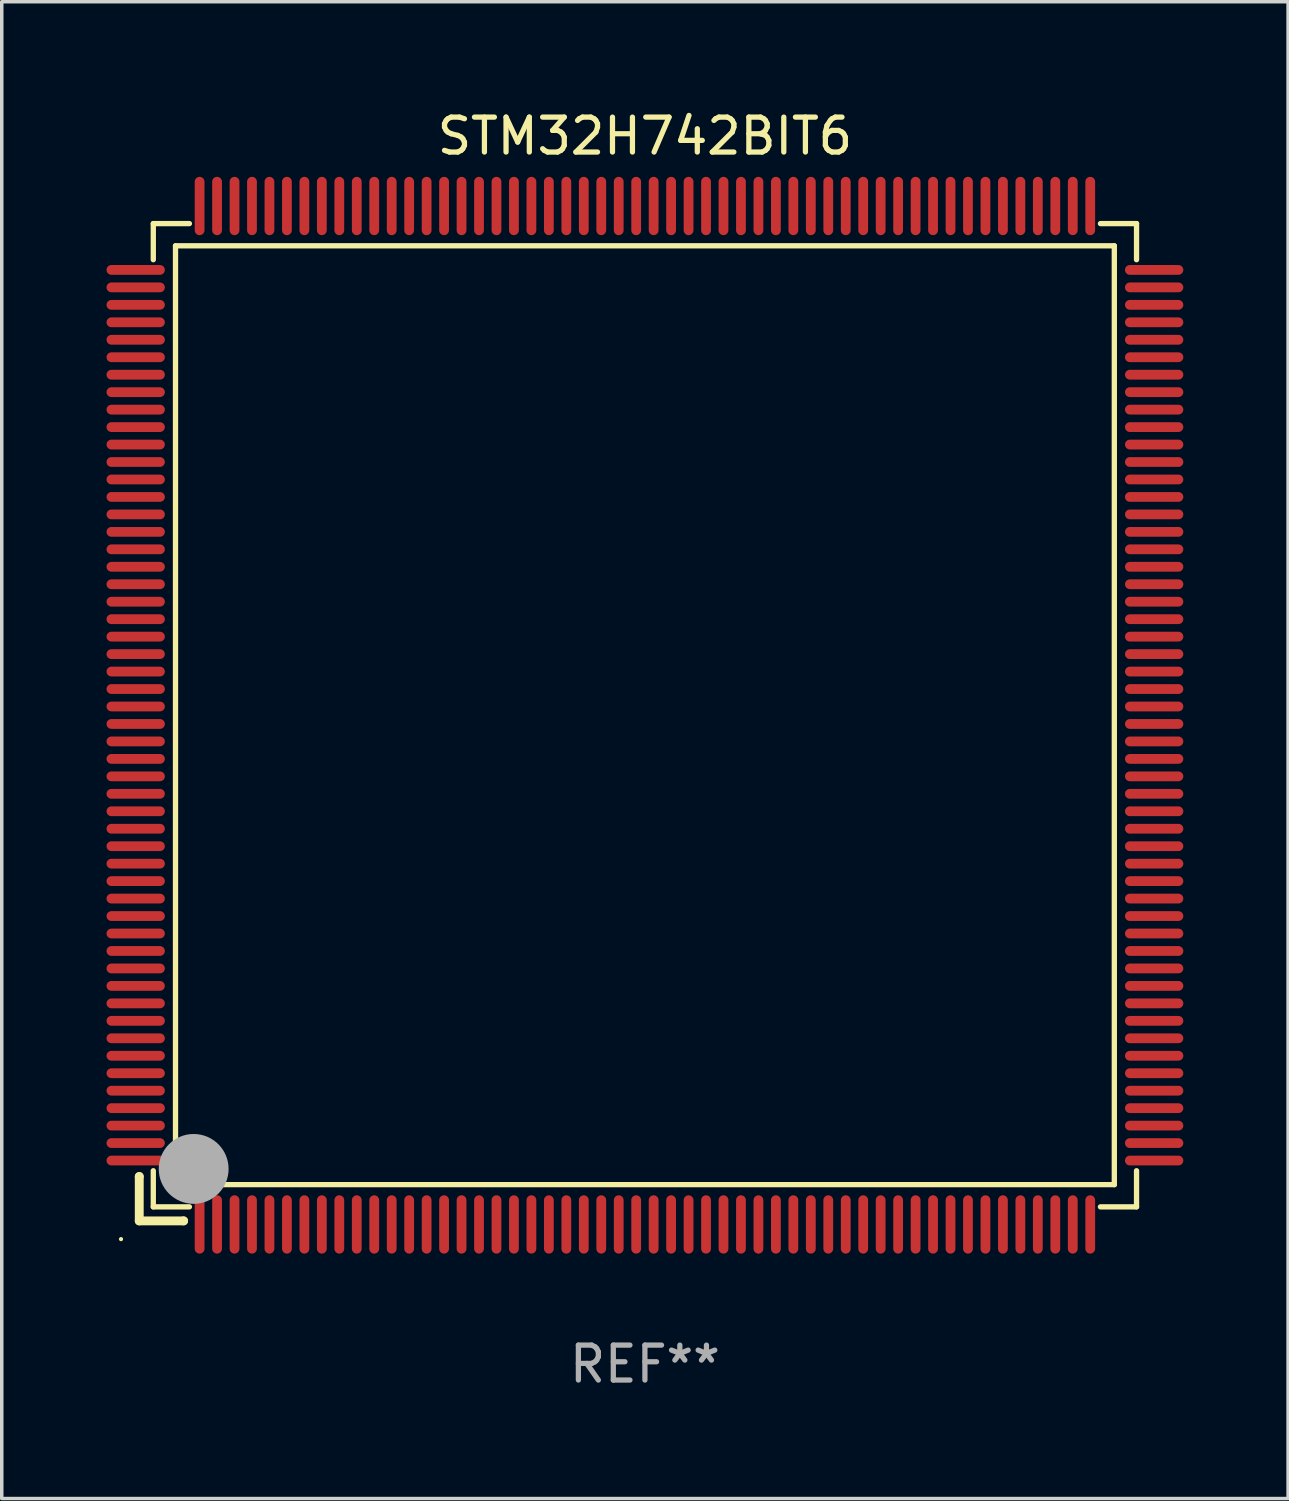
<source format=kicad_pcb>
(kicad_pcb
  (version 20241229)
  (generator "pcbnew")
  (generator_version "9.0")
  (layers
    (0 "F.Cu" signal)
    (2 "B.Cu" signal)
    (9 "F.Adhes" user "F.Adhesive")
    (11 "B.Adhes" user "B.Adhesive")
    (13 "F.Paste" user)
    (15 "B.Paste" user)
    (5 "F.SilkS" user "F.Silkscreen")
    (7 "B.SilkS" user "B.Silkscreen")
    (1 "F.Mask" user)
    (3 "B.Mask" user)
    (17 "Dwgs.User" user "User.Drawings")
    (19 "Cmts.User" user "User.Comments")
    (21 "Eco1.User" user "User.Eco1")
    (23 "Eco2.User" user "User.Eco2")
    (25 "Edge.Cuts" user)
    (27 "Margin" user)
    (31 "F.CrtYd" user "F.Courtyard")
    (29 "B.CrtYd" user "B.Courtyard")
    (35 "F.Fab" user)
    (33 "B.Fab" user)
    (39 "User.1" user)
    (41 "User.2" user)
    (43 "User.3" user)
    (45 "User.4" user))
  (footprint "STM32H742BIT6"
    (layer "F.Cu")
    (at 15.415 17.428)
    (property "Reference" "STM32H742BIT6" (at 0 -16.58 0) (layer "F.SilkS") (effects (font (size 1 1) (thickness 0.15))))
    (attr through_hole)
    (fp_line (start -14.478 13.208) (end -14.478 13.208) (stroke (width 0.254) (type solid)) (layer "F.SilkS"))
    (fp_line (start -14.478 13.208) (end -14.478 14.478) (stroke (width 0.254) (type solid)) (layer "F.SilkS"))
    (fp_line (start -14.478 14.478) (end -13.208 14.478) (stroke (width 0.254) (type solid)) (layer "F.SilkS"))
    (fp_line (start -14.076 -14.076) (end -14.076 -13.042) (stroke (width 0.152) (type solid)) (layer "F.SilkS"))
    (fp_line (start -14.076 14.076) (end -14.076 13.042) (stroke (width 0.152) (type solid)) (layer "F.SilkS"))
    (fp_line (start -13.44 -13.44) (end 13.44 -13.44) (stroke (width 0.152) (type solid)) (layer "F.SilkS"))
    (fp_line (start -13.44 13.44) (end -13.44 -13.44) (stroke (width 0.152) (type solid)) (layer "F.SilkS"))
    (fp_line (start -13.208 14.478) (end -13.208 14.478) (stroke (width 0.254) (type solid)) (layer "F.SilkS"))
    (fp_line (start -13.042 -14.076) (end -14.076 -14.076) (stroke (width 0.152) (type solid)) (layer "F.SilkS"))
    (fp_line (start -13.042 14.076) (end -14.076 14.076) (stroke (width 0.152) (type solid)) (layer "F.SilkS"))
    (fp_line (start 13.042 -14.076) (end 14.076 -14.076) (stroke (width 0.152) (type solid)) (layer "F.SilkS"))
    (fp_line (start 13.042 14.076) (end 14.076 14.076) (stroke (width 0.152) (type solid)) (layer "F.SilkS"))
    (fp_line (start 13.44 -13.44) (end 13.44 13.44) (stroke (width 0.152) (type solid)) (layer "F.SilkS"))
    (fp_line (start 13.44 13.44) (end -13.44 13.44) (stroke (width 0.152) (type solid)) (layer "F.SilkS"))
    (fp_line (start 14.076 -14.076) (end 14.076 -13.042) (stroke (width 0.152) (type solid)) (layer "F.SilkS"))
    (fp_line (start 14.076 14.076) (end 14.076 13.042) (stroke (width 0.152) (type solid)) (layer "F.SilkS"))
    (fp_circle (center -15 15) (end -14.97 15) (stroke (width 0.06) (type solid)) (fill no) (layer "F.SilkS"))
    (fp_circle (center -13.138 13.138) (end -13.063 13.138) (stroke (width 0.15) (type solid)) (fill no) (layer "F.SilkS"))
    (fp_circle (center -12.92 12.99) (end -12.42 12.99) (stroke (width 1) (type solid)) (fill no) (layer "F.Fab"))
    (fp_text user "REF**" (at 0 18.58 0) (layer "F.Fab") (effects (font (size 1 1) (thickness 0.15))))
    (pad "1" smd oval (at -12.75 14.58) (size 0.28 1.67) (layers "F.Cu" "F.Mask" "F.Paste"))
    (pad "2" smd oval (at -12.25 14.58) (size 0.28 1.67) (layers "F.Cu" "F.Mask" "F.Paste"))
    (pad "3" smd oval (at -11.75 14.58) (size 0.28 1.67) (layers "F.Cu" "F.Mask" "F.Paste"))
    (pad "4" smd oval (at -11.25 14.58) (size 0.28 1.67) (layers "F.Cu" "F.Mask" "F.Paste"))
    (pad "5" smd oval (at -10.75 14.58) (size 0.28 1.67) (layers "F.Cu" "F.Mask" "F.Paste"))
    (pad "6" smd oval (at -10.25 14.58) (size 0.28 1.67) (layers "F.Cu" "F.Mask" "F.Paste"))
    (pad "7" smd oval (at -9.75 14.58) (size 0.28 1.67) (layers "F.Cu" "F.Mask" "F.Paste"))
    (pad "8" smd oval (at -9.25 14.58) (size 0.28 1.67) (layers "F.Cu" "F.Mask" "F.Paste"))
    (pad "9" smd oval (at -8.75 14.58) (size 0.28 1.67) (layers "F.Cu" "F.Mask" "F.Paste"))
    (pad "10" smd oval (at -8.25 14.58) (size 0.28 1.67) (layers "F.Cu" "F.Mask" "F.Paste"))
    (pad "11" smd oval (at -7.75 14.58) (size 0.28 1.67) (layers "F.Cu" "F.Mask" "F.Paste"))
    (pad "12" smd oval (at -7.25 14.58) (size 0.28 1.67) (layers "F.Cu" "F.Mask" "F.Paste"))
    (pad "13" smd oval (at -6.75 14.58) (size 0.28 1.67) (layers "F.Cu" "F.Mask" "F.Paste"))
    (pad "14" smd oval (at -6.25 14.58) (size 0.28 1.67) (layers "F.Cu" "F.Mask" "F.Paste"))
    (pad "15" smd oval (at -5.75 14.58) (size 0.28 1.67) (layers "F.Cu" "F.Mask" "F.Paste"))
    (pad "16" smd oval (at -5.25 14.58) (size 0.28 1.67) (layers "F.Cu" "F.Mask" "F.Paste"))
    (pad "17" smd oval (at -4.75 14.58) (size 0.28 1.67) (layers "F.Cu" "F.Mask" "F.Paste"))
    (pad "18" smd oval (at -4.25 14.58) (size 0.28 1.67) (layers "F.Cu" "F.Mask" "F.Paste"))
    (pad "19" smd oval (at -3.75 14.58) (size 0.28 1.67) (layers "F.Cu" "F.Mask" "F.Paste"))
    (pad "20" smd oval (at -3.25 14.58) (size 0.28 1.67) (layers "F.Cu" "F.Mask" "F.Paste"))
    (pad "21" smd oval (at -2.75 14.58) (size 0.28 1.67) (layers "F.Cu" "F.Mask" "F.Paste"))
    (pad "22" smd oval (at -2.25 14.58) (size 0.28 1.67) (layers "F.Cu" "F.Mask" "F.Paste"))
    (pad "23" smd oval (at -1.75 14.58) (size 0.28 1.67) (layers "F.Cu" "F.Mask" "F.Paste"))
    (pad "24" smd oval (at -1.25 14.58) (size 0.28 1.67) (layers "F.Cu" "F.Mask" "F.Paste"))
    (pad "25" smd oval (at -0.75 14.58) (size 0.28 1.67) (layers "F.Cu" "F.Mask" "F.Paste"))
    (pad "26" smd oval (at -0.25 14.58) (size 0.28 1.67) (layers "F.Cu" "F.Mask" "F.Paste"))
    (pad "27" smd oval (at 0.25 14.58) (size 0.28 1.67) (layers "F.Cu" "F.Mask" "F.Paste"))
    (pad "28" smd oval (at 0.75 14.58) (size 0.28 1.67) (layers "F.Cu" "F.Mask" "F.Paste"))
    (pad "29" smd oval (at 1.25 14.58) (size 0.28 1.67) (layers "F.Cu" "F.Mask" "F.Paste"))
    (pad "30" smd oval (at 1.75 14.58) (size 0.28 1.67) (layers "F.Cu" "F.Mask" "F.Paste"))
    (pad "31" smd oval (at 2.25 14.58) (size 0.28 1.67) (layers "F.Cu" "F.Mask" "F.Paste"))
    (pad "32" smd oval (at 2.75 14.58) (size 0.28 1.67) (layers "F.Cu" "F.Mask" "F.Paste"))
    (pad "33" smd oval (at 3.25 14.58) (size 0.28 1.67) (layers "F.Cu" "F.Mask" "F.Paste"))
    (pad "34" smd oval (at 3.75 14.58) (size 0.28 1.67) (layers "F.Cu" "F.Mask" "F.Paste"))
    (pad "35" smd oval (at 4.25 14.58) (size 0.28 1.67) (layers "F.Cu" "F.Mask" "F.Paste"))
    (pad "36" smd oval (at 4.75 14.58) (size 0.28 1.67) (layers "F.Cu" "F.Mask" "F.Paste"))
    (pad "37" smd oval (at 5.25 14.58) (size 0.28 1.67) (layers "F.Cu" "F.Mask" "F.Paste"))
    (pad "38" smd oval (at 5.75 14.58) (size 0.28 1.67) (layers "F.Cu" "F.Mask" "F.Paste"))
    (pad "39" smd oval (at 6.25 14.58) (size 0.28 1.67) (layers "F.Cu" "F.Mask" "F.Paste"))
    (pad "40" smd oval (at 6.75 14.58) (size 0.28 1.67) (layers "F.Cu" "F.Mask" "F.Paste"))
    (pad "41" smd oval (at 7.25 14.58) (size 0.28 1.67) (layers "F.Cu" "F.Mask" "F.Paste"))
    (pad "42" smd oval (at 7.75 14.58) (size 0.28 1.67) (layers "F.Cu" "F.Mask" "F.Paste"))
    (pad "43" smd oval (at 8.25 14.58) (size 0.28 1.67) (layers "F.Cu" "F.Mask" "F.Paste"))
    (pad "44" smd oval (at 8.75 14.58) (size 0.28 1.67) (layers "F.Cu" "F.Mask" "F.Paste"))
    (pad "45" smd oval (at 9.25 14.58) (size 0.28 1.67) (layers "F.Cu" "F.Mask" "F.Paste"))
    (pad "46" smd oval (at 9.75 14.58) (size 0.28 1.67) (layers "F.Cu" "F.Mask" "F.Paste"))
    (pad "47" smd oval (at 10.25 14.58) (size 0.28 1.67) (layers "F.Cu" "F.Mask" "F.Paste"))
    (pad "48" smd oval (at 10.75 14.58) (size 0.28 1.67) (layers "F.Cu" "F.Mask" "F.Paste"))
    (pad "49" smd oval (at 11.25 14.58) (size 0.28 1.67) (layers "F.Cu" "F.Mask" "F.Paste"))
    (pad "50" smd oval (at 11.75 14.58) (size 0.28 1.67) (layers "F.Cu" "F.Mask" "F.Paste"))
    (pad "51" smd oval (at 12.25 14.58) (size 0.28 1.67) (layers "F.Cu" "F.Mask" "F.Paste"))
    (pad "52" smd oval (at 12.75 14.58) (size 0.28 1.67) (layers "F.Cu" "F.Mask" "F.Paste"))
    (pad "53" smd oval (at 14.58 12.75) (size 1.67 0.28) (layers "F.Cu" "F.Mask" "F.Paste"))
    (pad "54" smd oval (at 14.58 12.25) (size 1.67 0.28) (layers "F.Cu" "F.Mask" "F.Paste"))
    (pad "55" smd oval (at 14.58 11.75) (size 1.67 0.28) (layers "F.Cu" "F.Mask" "F.Paste"))
    (pad "56" smd oval (at 14.58 11.25) (size 1.67 0.28) (layers "F.Cu" "F.Mask" "F.Paste"))
    (pad "57" smd oval (at 14.58 10.75) (size 1.67 0.28) (layers "F.Cu" "F.Mask" "F.Paste"))
    (pad "58" smd oval (at 14.58 10.25) (size 1.67 0.28) (layers "F.Cu" "F.Mask" "F.Paste"))
    (pad "59" smd oval (at 14.58 9.75) (size 1.67 0.28) (layers "F.Cu" "F.Mask" "F.Paste"))
    (pad "60" smd oval (at 14.58 9.25) (size 1.67 0.28) (layers "F.Cu" "F.Mask" "F.Paste"))
    (pad "61" smd oval (at 14.58 8.75) (size 1.67 0.28) (layers "F.Cu" "F.Mask" "F.Paste"))
    (pad "62" smd oval (at 14.58 8.25) (size 1.67 0.28) (layers "F.Cu" "F.Mask" "F.Paste"))
    (pad "63" smd oval (at 14.58 7.75) (size 1.67 0.28) (layers "F.Cu" "F.Mask" "F.Paste"))
    (pad "64" smd oval (at 14.58 7.25) (size 1.67 0.28) (layers "F.Cu" "F.Mask" "F.Paste"))
    (pad "65" smd oval (at 14.58 6.75) (size 1.67 0.28) (layers "F.Cu" "F.Mask" "F.Paste"))
    (pad "66" smd oval (at 14.58 6.25) (size 1.67 0.28) (layers "F.Cu" "F.Mask" "F.Paste"))
    (pad "67" smd oval (at 14.58 5.75) (size 1.67 0.28) (layers "F.Cu" "F.Mask" "F.Paste"))
    (pad "68" smd oval (at 14.58 5.25) (size 1.67 0.28) (layers "F.Cu" "F.Mask" "F.Paste"))
    (pad "69" smd oval (at 14.58 4.75) (size 1.67 0.28) (layers "F.Cu" "F.Mask" "F.Paste"))
    (pad "70" smd oval (at 14.58 4.25) (size 1.67 0.28) (layers "F.Cu" "F.Mask" "F.Paste"))
    (pad "71" smd oval (at 14.58 3.75) (size 1.67 0.28) (layers "F.Cu" "F.Mask" "F.Paste"))
    (pad "72" smd oval (at 14.58 3.25) (size 1.67 0.28) (layers "F.Cu" "F.Mask" "F.Paste"))
    (pad "73" smd oval (at 14.58 2.75) (size 1.67 0.28) (layers "F.Cu" "F.Mask" "F.Paste"))
    (pad "74" smd oval (at 14.58 2.25) (size 1.67 0.28) (layers "F.Cu" "F.Mask" "F.Paste"))
    (pad "75" smd oval (at 14.58 1.75) (size 1.67 0.28) (layers "F.Cu" "F.Mask" "F.Paste"))
    (pad "76" smd oval (at 14.58 1.25) (size 1.67 0.28) (layers "F.Cu" "F.Mask" "F.Paste"))
    (pad "77" smd oval (at 14.58 0.75) (size 1.67 0.28) (layers "F.Cu" "F.Mask" "F.Paste"))
    (pad "78" smd oval (at 14.58 0.25) (size 1.67 0.28) (layers "F.Cu" "F.Mask" "F.Paste"))
    (pad "79" smd oval (at 14.58 -0.25) (size 1.67 0.28) (layers "F.Cu" "F.Mask" "F.Paste"))
    (pad "80" smd oval (at 14.58 -0.75) (size 1.67 0.28) (layers "F.Cu" "F.Mask" "F.Paste"))
    (pad "81" smd oval (at 14.58 -1.25) (size 1.67 0.28) (layers "F.Cu" "F.Mask" "F.Paste"))
    (pad "82" smd oval (at 14.58 -1.75) (size 1.67 0.28) (layers "F.Cu" "F.Mask" "F.Paste"))
    (pad "83" smd oval (at 14.58 -2.25) (size 1.67 0.28) (layers "F.Cu" "F.Mask" "F.Paste"))
    (pad "84" smd oval (at 14.58 -2.75) (size 1.67 0.28) (layers "F.Cu" "F.Mask" "F.Paste"))
    (pad "85" smd oval (at 14.58 -3.25) (size 1.67 0.28) (layers "F.Cu" "F.Mask" "F.Paste"))
    (pad "86" smd oval (at 14.58 -3.75) (size 1.67 0.28) (layers "F.Cu" "F.Mask" "F.Paste"))
    (pad "87" smd oval (at 14.58 -4.25) (size 1.67 0.28) (layers "F.Cu" "F.Mask" "F.Paste"))
    (pad "88" smd oval (at 14.58 -4.75) (size 1.67 0.28) (layers "F.Cu" "F.Mask" "F.Paste"))
    (pad "89" smd oval (at 14.58 -5.25) (size 1.67 0.28) (layers "F.Cu" "F.Mask" "F.Paste"))
    (pad "90" smd oval (at 14.58 -5.75) (size 1.67 0.28) (layers "F.Cu" "F.Mask" "F.Paste"))
    (pad "91" smd oval (at 14.58 -6.25) (size 1.67 0.28) (layers "F.Cu" "F.Mask" "F.Paste"))
    (pad "92" smd oval (at 14.58 -6.75) (size 1.67 0.28) (layers "F.Cu" "F.Mask" "F.Paste"))
    (pad "93" smd oval (at 14.58 -7.25) (size 1.67 0.28) (layers "F.Cu" "F.Mask" "F.Paste"))
    (pad "94" smd oval (at 14.58 -7.75) (size 1.67 0.28) (layers "F.Cu" "F.Mask" "F.Paste"))
    (pad "95" smd oval (at 14.58 -8.25) (size 1.67 0.28) (layers "F.Cu" "F.Mask" "F.Paste"))
    (pad "96" smd oval (at 14.58 -8.75) (size 1.67 0.28) (layers "F.Cu" "F.Mask" "F.Paste"))
    (pad "97" smd oval (at 14.58 -9.25) (size 1.67 0.28) (layers "F.Cu" "F.Mask" "F.Paste"))
    (pad "98" smd oval (at 14.58 -9.75) (size 1.67 0.28) (layers "F.Cu" "F.Mask" "F.Paste"))
    (pad "99" smd oval (at 14.58 -10.25) (size 1.67 0.28) (layers "F.Cu" "F.Mask" "F.Paste"))
    (pad "100" smd oval (at 14.58 -10.75) (size 1.67 0.28) (layers "F.Cu" "F.Mask" "F.Paste"))
    (pad "101" smd oval (at 14.58 -11.25) (size 1.67 0.28) (layers "F.Cu" "F.Mask" "F.Paste"))
    (pad "102" smd oval (at 14.58 -11.75) (size 1.67 0.28) (layers "F.Cu" "F.Mask" "F.Paste"))
    (pad "103" smd oval (at 14.58 -12.25) (size 1.67 0.28) (layers "F.Cu" "F.Mask" "F.Paste"))
    (pad "104" smd oval (at 14.58 -12.75) (size 1.67 0.28) (layers "F.Cu" "F.Mask" "F.Paste"))
    (pad "105" smd oval (at 12.75 -14.58) (size 0.28 1.67) (layers "F.Cu" "F.Mask" "F.Paste"))
    (pad "106" smd oval (at 12.25 -14.58) (size 0.28 1.67) (layers "F.Cu" "F.Mask" "F.Paste"))
    (pad "107" smd oval (at 11.75 -14.58) (size 0.28 1.67) (layers "F.Cu" "F.Mask" "F.Paste"))
    (pad "108" smd oval (at 11.25 -14.58) (size 0.28 1.67) (layers "F.Cu" "F.Mask" "F.Paste"))
    (pad "109" smd oval (at 10.75 -14.58) (size 0.28 1.67) (layers "F.Cu" "F.Mask" "F.Paste"))
    (pad "110" smd oval (at 10.25 -14.58) (size 0.28 1.67) (layers "F.Cu" "F.Mask" "F.Paste"))
    (pad "111" smd oval (at 9.75 -14.58) (size 0.28 1.67) (layers "F.Cu" "F.Mask" "F.Paste"))
    (pad "112" smd oval (at 9.25 -14.58) (size 0.28 1.67) (layers "F.Cu" "F.Mask" "F.Paste"))
    (pad "113" smd oval (at 8.75 -14.58) (size 0.28 1.67) (layers "F.Cu" "F.Mask" "F.Paste"))
    (pad "114" smd oval (at 8.25 -14.58) (size 0.28 1.67) (layers "F.Cu" "F.Mask" "F.Paste"))
    (pad "115" smd oval (at 7.75 -14.58) (size 0.28 1.67) (layers "F.Cu" "F.Mask" "F.Paste"))
    (pad "116" smd oval (at 7.25 -14.58) (size 0.28 1.67) (layers "F.Cu" "F.Mask" "F.Paste"))
    (pad "117" smd oval (at 6.75 -14.58) (size 0.28 1.67) (layers "F.Cu" "F.Mask" "F.Paste"))
    (pad "118" smd oval (at 6.25 -14.58) (size 0.28 1.67) (layers "F.Cu" "F.Mask" "F.Paste"))
    (pad "119" smd oval (at 5.75 -14.58) (size 0.28 1.67) (layers "F.Cu" "F.Mask" "F.Paste"))
    (pad "120" smd oval (at 5.25 -14.58) (size 0.28 1.67) (layers "F.Cu" "F.Mask" "F.Paste"))
    (pad "121" smd oval (at 4.75 -14.58) (size 0.28 1.67) (layers "F.Cu" "F.Mask" "F.Paste"))
    (pad "122" smd oval (at 4.25 -14.58) (size 0.28 1.67) (layers "F.Cu" "F.Mask" "F.Paste"))
    (pad "123" smd oval (at 3.75 -14.58) (size 0.28 1.67) (layers "F.Cu" "F.Mask" "F.Paste"))
    (pad "124" smd oval (at 3.25 -14.58) (size 0.28 1.67) (layers "F.Cu" "F.Mask" "F.Paste"))
    (pad "125" smd oval (at 2.75 -14.58) (size 0.28 1.67) (layers "F.Cu" "F.Mask" "F.Paste"))
    (pad "126" smd oval (at 2.25 -14.58) (size 0.28 1.67) (layers "F.Cu" "F.Mask" "F.Paste"))
    (pad "127" smd oval (at 1.75 -14.58) (size 0.28 1.67) (layers "F.Cu" "F.Mask" "F.Paste"))
    (pad "128" smd oval (at 1.25 -14.58) (size 0.28 1.67) (layers "F.Cu" "F.Mask" "F.Paste"))
    (pad "129" smd oval (at 0.75 -14.58) (size 0.28 1.67) (layers "F.Cu" "F.Mask" "F.Paste"))
    (pad "130" smd oval (at 0.25 -14.58) (size 0.28 1.67) (layers "F.Cu" "F.Mask" "F.Paste"))
    (pad "131" smd oval (at -0.25 -14.58) (size 0.28 1.67) (layers "F.Cu" "F.Mask" "F.Paste"))
    (pad "132" smd oval (at -0.75 -14.58) (size 0.28 1.67) (layers "F.Cu" "F.Mask" "F.Paste"))
    (pad "133" smd oval (at -1.25 -14.58) (size 0.28 1.67) (layers "F.Cu" "F.Mask" "F.Paste"))
    (pad "134" smd oval (at -1.75 -14.58) (size 0.28 1.67) (layers "F.Cu" "F.Mask" "F.Paste"))
    (pad "135" smd oval (at -2.25 -14.58) (size 0.28 1.67) (layers "F.Cu" "F.Mask" "F.Paste"))
    (pad "136" smd oval (at -2.75 -14.58) (size 0.28 1.67) (layers "F.Cu" "F.Mask" "F.Paste"))
    (pad "137" smd oval (at -3.25 -14.58) (size 0.28 1.67) (layers "F.Cu" "F.Mask" "F.Paste"))
    (pad "138" smd oval (at -3.75 -14.58) (size 0.28 1.67) (layers "F.Cu" "F.Mask" "F.Paste"))
    (pad "139" smd oval (at -4.25 -14.58) (size 0.28 1.67) (layers "F.Cu" "F.Mask" "F.Paste"))
    (pad "140" smd oval (at -4.75 -14.58) (size 0.28 1.67) (layers "F.Cu" "F.Mask" "F.Paste"))
    (pad "141" smd oval (at -5.25 -14.58) (size 0.28 1.67) (layers "F.Cu" "F.Mask" "F.Paste"))
    (pad "142" smd oval (at -5.75 -14.58) (size 0.28 1.67) (layers "F.Cu" "F.Mask" "F.Paste"))
    (pad "143" smd oval (at -6.25 -14.58) (size 0.28 1.67) (layers "F.Cu" "F.Mask" "F.Paste"))
    (pad "144" smd oval (at -6.75 -14.58) (size 0.28 1.67) (layers "F.Cu" "F.Mask" "F.Paste"))
    (pad "145" smd oval (at -7.25 -14.58) (size 0.28 1.67) (layers "F.Cu" "F.Mask" "F.Paste"))
    (pad "146" smd oval (at -7.75 -14.58) (size 0.28 1.67) (layers "F.Cu" "F.Mask" "F.Paste"))
    (pad "147" smd oval (at -8.25 -14.58) (size 0.28 1.67) (layers "F.Cu" "F.Mask" "F.Paste"))
    (pad "148" smd oval (at -8.75 -14.58) (size 0.28 1.67) (layers "F.Cu" "F.Mask" "F.Paste"))
    (pad "149" smd oval (at -9.25 -14.58) (size 0.28 1.67) (layers "F.Cu" "F.Mask" "F.Paste"))
    (pad "150" smd oval (at -9.75 -14.58) (size 0.28 1.67) (layers "F.Cu" "F.Mask" "F.Paste"))
    (pad "151" smd oval (at -10.25 -14.58) (size 0.28 1.67) (layers "F.Cu" "F.Mask" "F.Paste"))
    (pad "152" smd oval (at -10.75 -14.58) (size 0.28 1.67) (layers "F.Cu" "F.Mask" "F.Paste"))
    (pad "153" smd oval (at -11.25 -14.58) (size 0.28 1.67) (layers "F.Cu" "F.Mask" "F.Paste"))
    (pad "154" smd oval (at -11.75 -14.58) (size 0.28 1.67) (layers "F.Cu" "F.Mask" "F.Paste"))
    (pad "155" smd oval (at -12.25 -14.58) (size 0.28 1.67) (layers "F.Cu" "F.Mask" "F.Paste"))
    (pad "156" smd oval (at -12.75 -14.58) (size 0.28 1.67) (layers "F.Cu" "F.Mask" "F.Paste"))
    (pad "157" smd oval (at -14.58 -12.75) (size 1.67 0.28) (layers "F.Cu" "F.Mask" "F.Paste"))
    (pad "158" smd oval (at -14.58 -12.25) (size 1.67 0.28) (layers "F.Cu" "F.Mask" "F.Paste"))
    (pad "159" smd oval (at -14.58 -11.75) (size 1.67 0.28) (layers "F.Cu" "F.Mask" "F.Paste"))
    (pad "160" smd oval (at -14.58 -11.25) (size 1.67 0.28) (layers "F.Cu" "F.Mask" "F.Paste"))
    (pad "161" smd oval (at -14.58 -10.75) (size 1.67 0.28) (layers "F.Cu" "F.Mask" "F.Paste"))
    (pad "162" smd oval (at -14.58 -10.25) (size 1.67 0.28) (layers "F.Cu" "F.Mask" "F.Paste"))
    (pad "163" smd oval (at -14.58 -9.75) (size 1.67 0.28) (layers "F.Cu" "F.Mask" "F.Paste"))
    (pad "164" smd oval (at -14.58 -9.25) (size 1.67 0.28) (layers "F.Cu" "F.Mask" "F.Paste"))
    (pad "165" smd oval (at -14.58 -8.75) (size 1.67 0.28) (layers "F.Cu" "F.Mask" "F.Paste"))
    (pad "166" smd oval (at -14.58 -8.25) (size 1.67 0.28) (layers "F.Cu" "F.Mask" "F.Paste"))
    (pad "167" smd oval (at -14.58 -7.75) (size 1.67 0.28) (layers "F.Cu" "F.Mask" "F.Paste"))
    (pad "168" smd oval (at -14.58 -7.25) (size 1.67 0.28) (layers "F.Cu" "F.Mask" "F.Paste"))
    (pad "169" smd oval (at -14.58 -6.75) (size 1.67 0.28) (layers "F.Cu" "F.Mask" "F.Paste"))
    (pad "170" smd oval (at -14.58 -6.25) (size 1.67 0.28) (layers "F.Cu" "F.Mask" "F.Paste"))
    (pad "171" smd oval (at -14.58 -5.75) (size 1.67 0.28) (layers "F.Cu" "F.Mask" "F.Paste"))
    (pad "172" smd oval (at -14.58 -5.25) (size 1.67 0.28) (layers "F.Cu" "F.Mask" "F.Paste"))
    (pad "173" smd oval (at -14.58 -4.75) (size 1.67 0.28) (layers "F.Cu" "F.Mask" "F.Paste"))
    (pad "174" smd oval (at -14.58 -4.25) (size 1.67 0.28) (layers "F.Cu" "F.Mask" "F.Paste"))
    (pad "175" smd oval (at -14.58 -3.75) (size 1.67 0.28) (layers "F.Cu" "F.Mask" "F.Paste"))
    (pad "176" smd oval (at -14.58 -3.25) (size 1.67 0.28) (layers "F.Cu" "F.Mask" "F.Paste"))
    (pad "177" smd oval (at -14.58 -2.75) (size 1.67 0.28) (layers "F.Cu" "F.Mask" "F.Paste"))
    (pad "178" smd oval (at -14.58 -2.25) (size 1.67 0.28) (layers "F.Cu" "F.Mask" "F.Paste"))
    (pad "179" smd oval (at -14.58 -1.75) (size 1.67 0.28) (layers "F.Cu" "F.Mask" "F.Paste"))
    (pad "180" smd oval (at -14.58 -1.25) (size 1.67 0.28) (layers "F.Cu" "F.Mask" "F.Paste"))
    (pad "181" smd oval (at -14.58 -0.75) (size 1.67 0.28) (layers "F.Cu" "F.Mask" "F.Paste"))
    (pad "182" smd oval (at -14.58 -0.25) (size 1.67 0.28) (layers "F.Cu" "F.Mask" "F.Paste"))
    (pad "183" smd oval (at -14.58 0.25) (size 1.67 0.28) (layers "F.Cu" "F.Mask" "F.Paste"))
    (pad "184" smd oval (at -14.58 0.75) (size 1.67 0.28) (layers "F.Cu" "F.Mask" "F.Paste"))
    (pad "185" smd oval (at -14.58 1.25) (size 1.67 0.28) (layers "F.Cu" "F.Mask" "F.Paste"))
    (pad "186" smd oval (at -14.58 1.75) (size 1.67 0.28) (layers "F.Cu" "F.Mask" "F.Paste"))
    (pad "187" smd oval (at -14.58 2.25) (size 1.67 0.28) (layers "F.Cu" "F.Mask" "F.Paste"))
    (pad "188" smd oval (at -14.58 2.75) (size 1.67 0.28) (layers "F.Cu" "F.Mask" "F.Paste"))
    (pad "189" smd oval (at -14.58 3.25) (size 1.67 0.28) (layers "F.Cu" "F.Mask" "F.Paste"))
    (pad "190" smd oval (at -14.58 3.75) (size 1.67 0.28) (layers "F.Cu" "F.Mask" "F.Paste"))
    (pad "191" smd oval (at -14.58 4.25) (size 1.67 0.28) (layers "F.Cu" "F.Mask" "F.Paste"))
    (pad "192" smd oval (at -14.58 4.75) (size 1.67 0.28) (layers "F.Cu" "F.Mask" "F.Paste"))
    (pad "193" smd oval (at -14.58 5.25) (size 1.67 0.28) (layers "F.Cu" "F.Mask" "F.Paste"))
    (pad "194" smd oval (at -14.58 5.75) (size 1.67 0.28) (layers "F.Cu" "F.Mask" "F.Paste"))
    (pad "195" smd oval (at -14.58 6.25) (size 1.67 0.28) (layers "F.Cu" "F.Mask" "F.Paste"))
    (pad "196" smd oval (at -14.58 6.75) (size 1.67 0.28) (layers "F.Cu" "F.Mask" "F.Paste"))
    (pad "197" smd oval (at -14.58 7.25) (size 1.67 0.28) (layers "F.Cu" "F.Mask" "F.Paste"))
    (pad "198" smd oval (at -14.58 7.75) (size 1.67 0.28) (layers "F.Cu" "F.Mask" "F.Paste"))
    (pad "199" smd oval (at -14.58 8.25) (size 1.67 0.28) (layers "F.Cu" "F.Mask" "F.Paste"))
    (pad "200" smd oval (at -14.58 8.75) (size 1.67 0.28) (layers "F.Cu" "F.Mask" "F.Paste"))
    (pad "201" smd oval (at -14.58 9.25) (size 1.67 0.28) (layers "F.Cu" "F.Mask" "F.Paste"))
    (pad "202" smd oval (at -14.58 9.75) (size 1.67 0.28) (layers "F.Cu" "F.Mask" "F.Paste"))
    (pad "203" smd oval (at -14.58 10.25) (size 1.67 0.28) (layers "F.Cu" "F.Mask" "F.Paste"))
    (pad "204" smd oval (at -14.58 10.75) (size 1.67 0.28) (layers "F.Cu" "F.Mask" "F.Paste"))
    (pad "205" smd oval (at -14.58 11.25) (size 1.67 0.28) (layers "F.Cu" "F.Mask" "F.Paste"))
    (pad "206" smd oval (at -14.58 11.75) (size 1.67 0.28) (layers "F.Cu" "F.Mask" "F.Paste"))
    (pad "207" smd oval (at -14.58 12.25) (size 1.67 0.28) (layers "F.Cu" "F.Mask" "F.Paste"))
    (pad "208" smd oval (at -14.58 12.75) (size 1.67 0.28) (layers "F.Cu" "F.Mask" "F.Paste")))
  (gr_rect
    (start -3 -3)
    (end 33.83 39.856)
    (stroke (width 0.1) (type default))
    (fill no)
    (layer "Edge.Cuts")))
</source>
